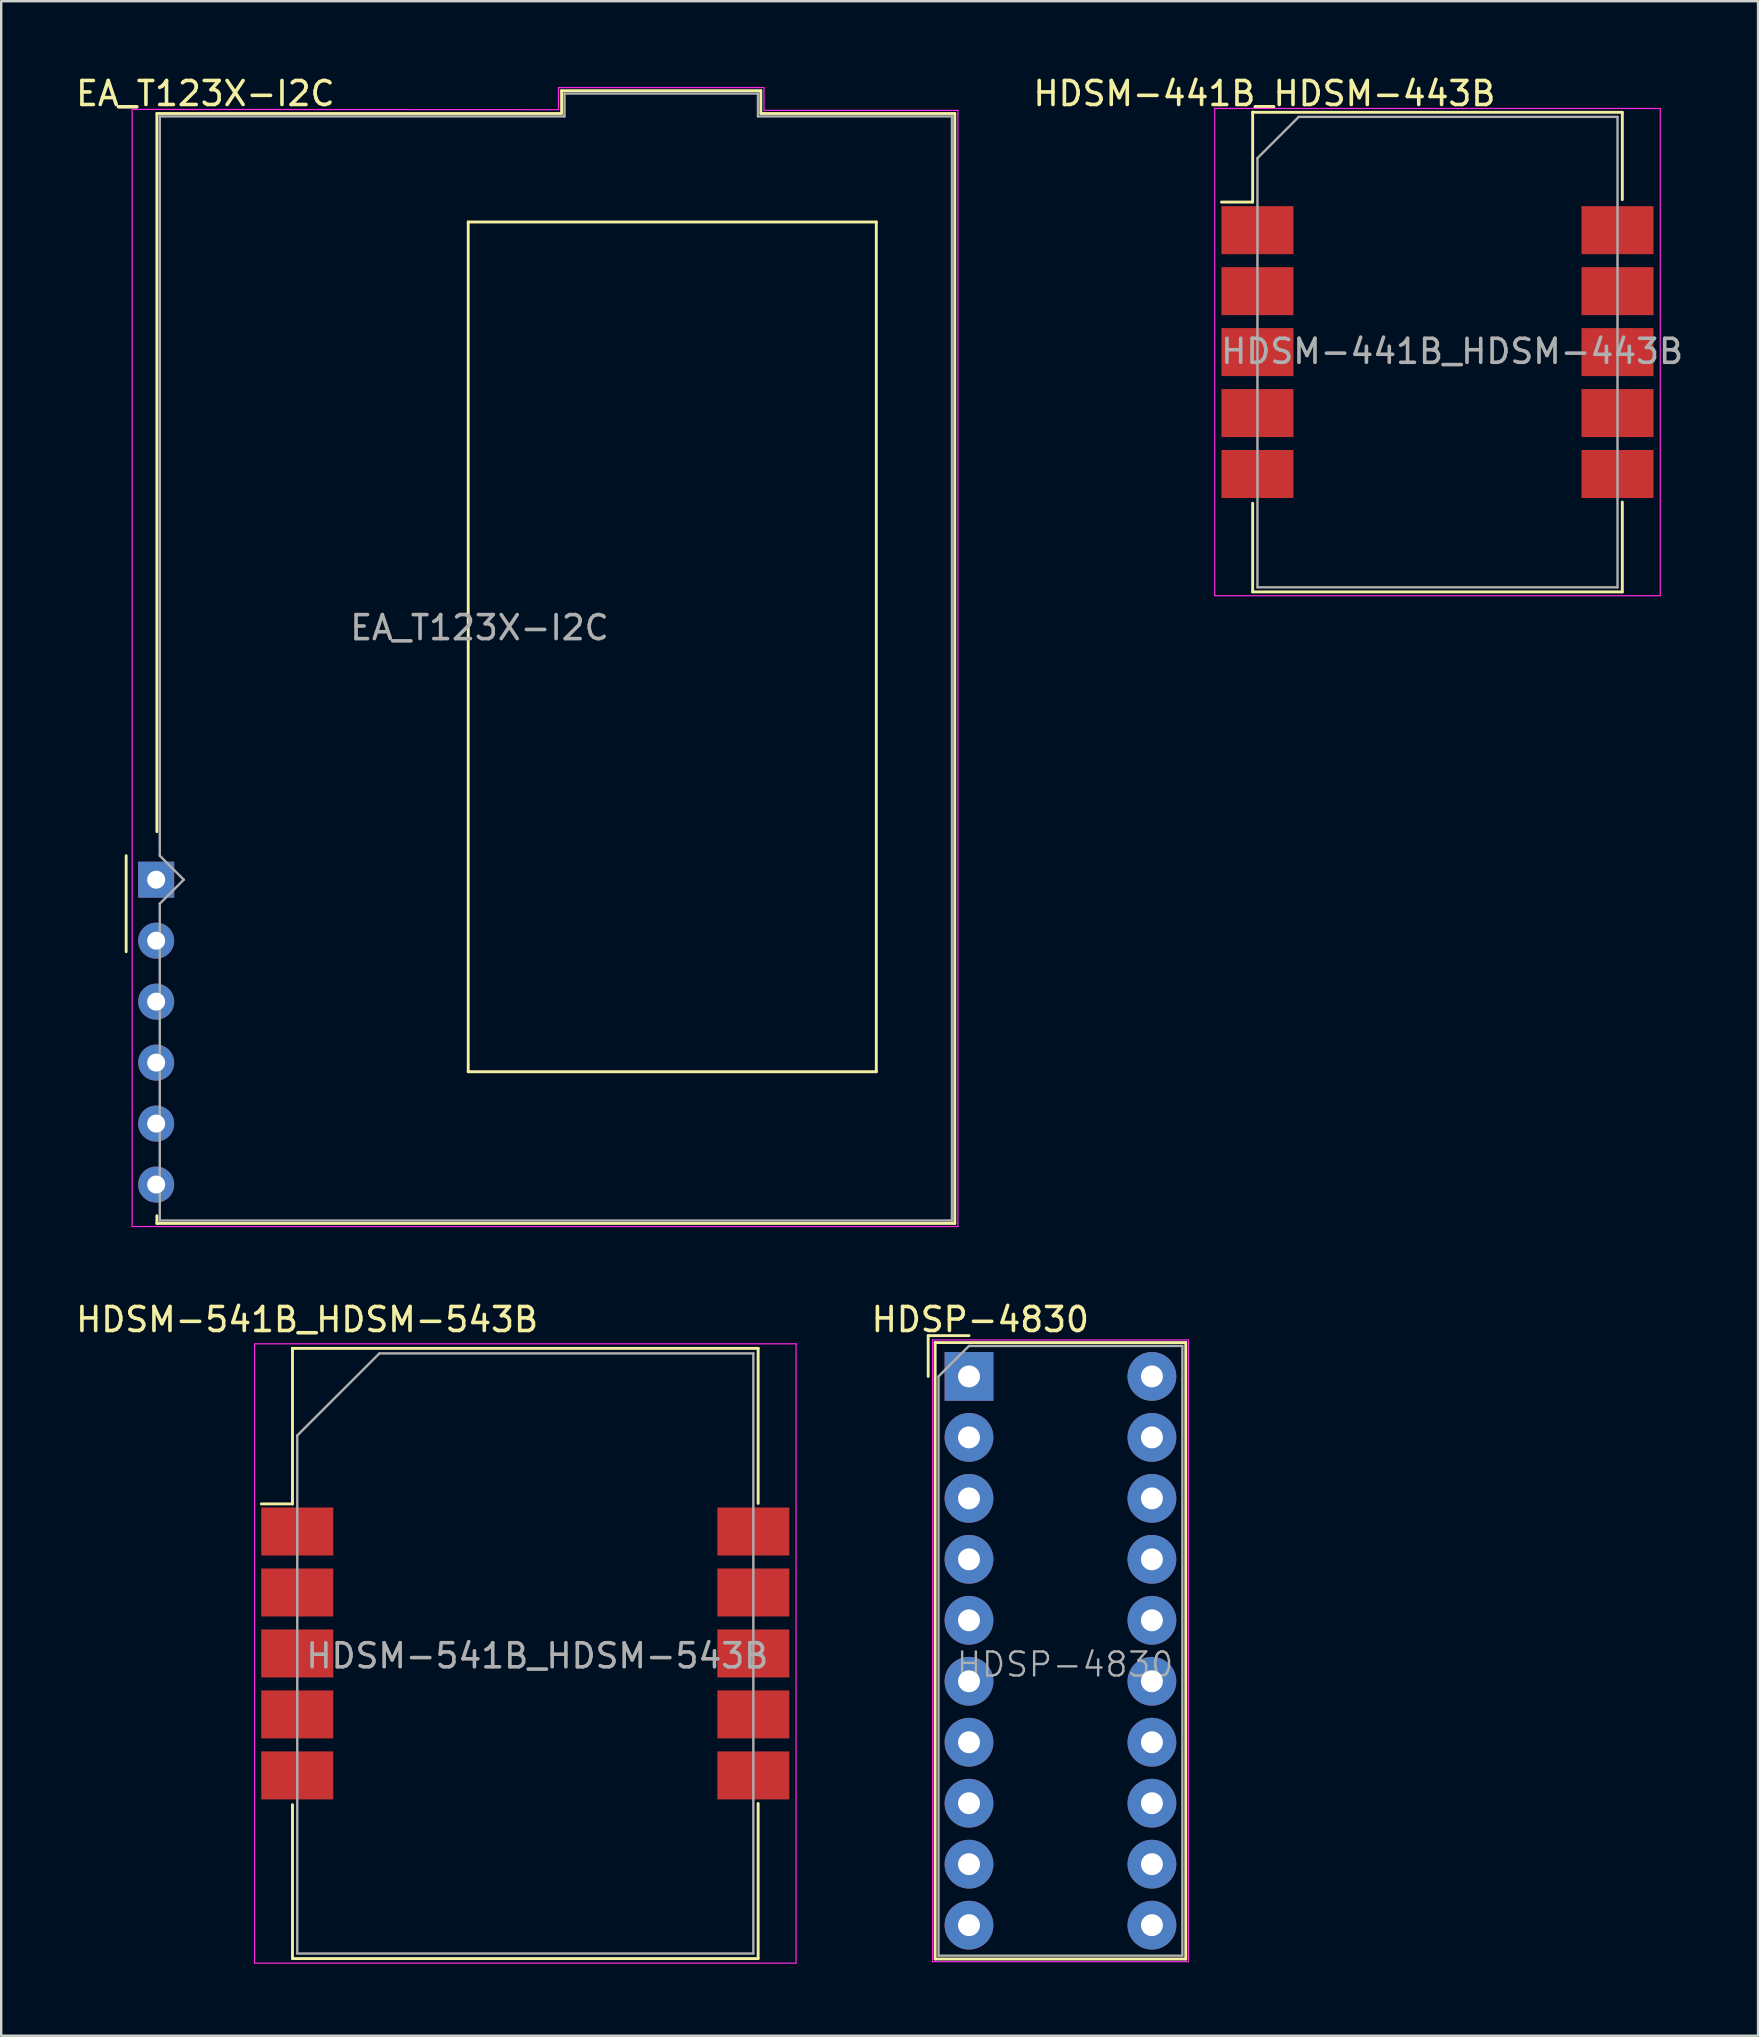
<source format=kicad_pcb>
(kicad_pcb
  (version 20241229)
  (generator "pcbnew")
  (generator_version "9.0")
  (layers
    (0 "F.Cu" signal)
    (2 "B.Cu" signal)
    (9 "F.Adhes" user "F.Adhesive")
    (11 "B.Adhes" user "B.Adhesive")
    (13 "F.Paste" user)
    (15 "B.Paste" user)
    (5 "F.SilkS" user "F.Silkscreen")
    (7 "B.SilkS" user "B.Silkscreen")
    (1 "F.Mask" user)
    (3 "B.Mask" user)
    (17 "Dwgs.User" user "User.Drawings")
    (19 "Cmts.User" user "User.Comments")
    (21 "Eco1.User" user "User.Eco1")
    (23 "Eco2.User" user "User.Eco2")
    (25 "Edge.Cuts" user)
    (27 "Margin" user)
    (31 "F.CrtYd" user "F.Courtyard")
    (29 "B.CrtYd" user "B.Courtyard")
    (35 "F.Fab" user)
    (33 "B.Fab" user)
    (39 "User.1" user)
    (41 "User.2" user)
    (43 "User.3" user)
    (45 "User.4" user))
  (footprint "HDSM-441B_HDSM-443B"
    (layer "F.Cu")
    (at 56.835 11.618)
    (property "Reference" "HDSM-441B_HDSM-443B" (at -7.21 -10.77 0) (layer "F.SilkS") (effects (font (size 1 1) (thickness 0.15))))
    (attr smd)
    (fp_line (start -9 -6.25) (end -7.7 -6.25) (stroke (width 0.12) (type solid)) (layer "F.SilkS"))
    (fp_line (start -7.7 -9.99) (end 7.7 -9.99) (stroke (width 0.12) (type solid)) (layer "F.SilkS"))
    (fp_line (start -7.7 -6.25) (end -7.7 -10) (stroke (width 0.12) (type solid)) (layer "F.SilkS"))
    (fp_line (start -7.7 6.3) (end -7.7 9.99) (stroke (width 0.12) (type solid)) (layer "F.SilkS"))
    (fp_line (start 7.7 -9.99) (end 7.7 -6.35) (stroke (width 0.12) (type solid)) (layer "F.SilkS"))
    (fp_line (start 7.7 6.25) (end 7.7 9.99) (stroke (width 0.12) (type solid)) (layer "F.SilkS"))
    (fp_line (start 7.7 9.99) (end -7.7 9.99) (stroke (width 0.12) (type solid)) (layer "F.SilkS"))
    (fp_line (start -9.28 -10.15) (end 9.28 -10.15) (stroke (width 0.05) (type solid)) (layer "F.CrtYd"))
    (fp_line (start -9.28 10.15) (end -9.28 -10.15) (stroke (width 0.05) (type solid)) (layer "F.CrtYd"))
    (fp_line (start 9.28 -10.15) (end 9.28 10.15) (stroke (width 0.05) (type solid)) (layer "F.CrtYd"))
    (fp_line (start 9.28 10.15) (end -9.28 10.15) (stroke (width 0.05) (type solid)) (layer "F.CrtYd"))
    (fp_line (start -7.5 -8.08) (end -7.5 9.8) (stroke (width 0.1) (type solid)) (layer "F.Fab"))
    (fp_line (start -7.5 -8.08) (end -5.78 -9.8) (stroke (width 0.1) (type solid)) (layer "F.Fab"))
    (fp_line (start 7.5 -9.8) (end -5.78 -9.8) (stroke (width 0.1) (type solid)) (layer "F.Fab"))
    (fp_line (start 7.5 -9.8) (end 7.5 9.8) (stroke (width 0.1) (type solid)) (layer "F.Fab"))
    (fp_line (start 7.5 9.8) (end -7.5 9.8) (stroke (width 0.1) (type solid)) (layer "F.Fab"))
    (fp_text user "${REFERENCE}" (at 0.61 -0.03 0) (layer "F.Fab") (effects (font (size 1 1) (thickness 0.15))))
    (pad "1" smd rect (at -7.5 -5.08 270) (size 2 3) (layers "F.Cu" "F.Mask" "F.Paste"))
    (pad "2" smd rect (at -7.5 -2.54 270) (size 2 3) (layers "F.Cu" "F.Mask" "F.Paste"))
    (pad "3" smd rect (at -7.5 0 270) (size 2 3) (layers "F.Cu" "F.Mask" "F.Paste"))
    (pad "4" smd rect (at -7.5 2.54 270) (size 2 3) (layers "F.Cu" "F.Mask" "F.Paste"))
    (pad "5" smd rect (at -7.5 5.08 270) (size 2 3) (layers "F.Cu" "F.Mask" "F.Paste"))
    (pad "6" smd rect (at 7.5 5.08 270) (size 2 3) (layers "F.Cu" "F.Mask" "F.Paste"))
    (pad "7" smd rect (at 7.5 2.54 270) (size 2 3) (layers "F.Cu" "F.Mask" "F.Paste"))
    (pad "8" smd rect (at 7.5 0 270) (size 2 3) (layers "F.Cu" "F.Mask" "F.Paste"))
    (pad "9" smd rect (at 7.5 -2.54 270) (size 2 3) (layers "F.Cu" "F.Mask" "F.Paste"))
    (pad "10" smd rect (at 7.5 -5.08 270) (size 2 3) (layers "F.Cu" "F.Mask" "F.Paste")))
  (footprint "HDSM-541B_HDSM-543B"
    (layer "F.Cu")
    (at 18.834 65.832)
    (property "Reference" "HDSM-541B_HDSM-543B" (at -9.09 -13.91 0) (layer "F.SilkS") (effects (font (size 1 1) (thickness 0.15))))
    (attr smd)
    (fp_line (start -11 -6.23) (end -9.7 -6.23) (stroke (width 0.12) (type solid)) (layer "F.SilkS"))
    (fp_line (start -9.7 -12.71) (end 9.7 -12.71) (stroke (width 0.12) (type solid)) (layer "F.SilkS"))
    (fp_line (start -9.7 -6.23) (end -9.7 -12.71) (stroke (width 0.12) (type solid)) (layer "F.SilkS"))
    (fp_line (start -9.7 6.3) (end -9.7 12.71) (stroke (width 0.12) (type solid)) (layer "F.SilkS"))
    (fp_line (start -9.7 12.71) (end 9.7 12.71) (stroke (width 0.12) (type solid)) (layer "F.SilkS"))
    (fp_line (start 9.7 -6.25) (end 9.7 -12.71) (stroke (width 0.12) (type solid)) (layer "F.SilkS"))
    (fp_line (start 9.7 6.25) (end 9.7 12.71) (stroke (width 0.12) (type solid)) (layer "F.SilkS"))
    (fp_line (start -11.28 -12.9) (end 11.28 -12.9) (stroke (width 0.05) (type solid)) (layer "F.CrtYd"))
    (fp_line (start -11.28 12.9) (end -11.28 -12.9) (stroke (width 0.05) (type solid)) (layer "F.CrtYd"))
    (fp_line (start 11.28 -12.9) (end 11.28 12.9) (stroke (width 0.05) (type solid)) (layer "F.CrtYd"))
    (fp_line (start 11.28 12.9) (end -11.28 12.9) (stroke (width 0.05) (type solid)) (layer "F.CrtYd"))
    (fp_line (start -9.5 -9.08) (end -6.08 -12.5) (stroke (width 0.1) (type solid)) (layer "F.Fab"))
    (fp_line (start -9.5 12.5) (end -9.5 -9.08) (stroke (width 0.1) (type solid)) (layer "F.Fab"))
    (fp_line (start -6.08 -12.5) (end 9.5 -12.5) (stroke (width 0.1) (type solid)) (layer "F.Fab"))
    (fp_line (start 9.5 -12.5) (end 9.5 12.5) (stroke (width 0.1) (type solid)) (layer "F.Fab"))
    (fp_line (start 9.5 12.5) (end -9.5 12.5) (stroke (width 0.1) (type solid)) (layer "F.Fab"))
    (fp_text user "${REFERENCE}" (at 0.5 0.1 0) (layer "F.Fab") (effects (font (size 1 1) (thickness 0.15))))
    (pad "1" smd rect (at -9.5 -5.08) (size 3 2) (layers "F.Cu" "F.Mask" "F.Paste"))
    (pad "2" smd rect (at -9.5 -2.54) (size 3 2) (layers "F.Cu" "F.Mask" "F.Paste"))
    (pad "3" smd rect (at -9.5 0) (size 3 2) (layers "F.Cu" "F.Mask" "F.Paste"))
    (pad "4" smd rect (at -9.5 2.54) (size 3 2) (layers "F.Cu" "F.Mask" "F.Paste"))
    (pad "5" smd rect (at -9.5 5.08) (size 3 2) (layers "F.Cu" "F.Mask" "F.Paste"))
    (pad "6" smd rect (at 9.5 5.08) (size 3 2) (layers "F.Cu" "F.Mask" "F.Paste"))
    (pad "7" smd rect (at 9.5 2.54) (size 3 2) (layers "F.Cu" "F.Mask" "F.Paste"))
    (pad "8" smd rect (at 9.5 0) (size 3 2) (layers "F.Cu" "F.Mask" "F.Paste"))
    (pad "9" smd rect (at 9.5 -2.54) (size 3 2) (layers "F.Cu" "F.Mask" "F.Paste"))
    (pad "10" smd rect (at 9.5 -5.08) (size 3 2) (layers "F.Cu" "F.Mask" "F.Paste")))
  (footprint "EA_T123X-I2C"
    (layer "F.Cu")
    (at 3.456 33.598)
    (property "Reference" "EA_T123X-I2C" (at 2.05 -32.75 0) (layer "F.SilkS") (effects (font (size 1 1) (thickness 0.15))))
    (attr through_hole)
    (fp_line (start -1.25 -1) (end -1.25 3) (stroke (width 0.12) (type solid)) (layer "F.SilkS"))
    (fp_line (start 0.03 -31.92) (end 0.03 -2) (stroke (width 0.12) (type solid)) (layer "F.SilkS"))
    (fp_line (start 0.03 -31.92) (end 16.89 -31.92) (stroke (width 0.12) (type solid)) (layer "F.SilkS"))
    (fp_line (start 0.03 14.32) (end 0.03 14) (stroke (width 0.12) (type solid)) (layer "F.SilkS"))
    (fp_line (start 13 -27.4) (end 30 -27.4) (stroke (width 0.12) (type solid)) (layer "F.SilkS"))
    (fp_line (start 13 8) (end 13 -27.4) (stroke (width 0.12) (type solid)) (layer "F.SilkS"))
    (fp_line (start 13 8) (end 30 8) (stroke (width 0.12) (type solid)) (layer "F.SilkS"))
    (fp_line (start 16.89 -32.87) (end 16.89 -31.94) (stroke (width 0.12) (type solid)) (layer "F.SilkS"))
    (fp_line (start 25.19 -32.87) (end 16.89 -32.87) (stroke (width 0.12) (type solid)) (layer "F.SilkS"))
    (fp_line (start 25.19 -31.93) (end 25.19 -32.87) (stroke (width 0.12) (type solid)) (layer "F.SilkS"))
    (fp_line (start 25.19 -31.92) (end 33.27 -31.92) (stroke (width 0.12) (type solid)) (layer "F.SilkS"))
    (fp_line (start 30 -27.4) (end 30 8) (stroke (width 0.12) (type solid)) (layer "F.SilkS"))
    (fp_line (start 33.27 -31.92) (end 33.27 14.32) (stroke (width 0.12) (type solid)) (layer "F.SilkS"))
    (fp_line (start 33.27 14.32) (end 0.03 14.32) (stroke (width 0.12) (type solid)) (layer "F.SilkS"))
    (fp_line (start -1 14.45) (end -1 -32.05) (stroke (width 0.05) (type solid)) (layer "F.CrtYd"))
    (fp_line (start 16.76 -33) (end 16.76 -32.08) (stroke (width 0.05) (type solid)) (layer "F.CrtYd"))
    (fp_line (start 16.76 -32.08) (end -1 -32.09) (stroke (width 0.05) (type solid)) (layer "F.CrtYd"))
    (fp_line (start 25.31 -33) (end 16.76 -33) (stroke (width 0.05) (type solid)) (layer "F.CrtYd"))
    (fp_line (start 25.32 -32.06) (end 25.32 -33) (stroke (width 0.05) (type solid)) (layer "F.CrtYd"))
    (fp_line (start 25.32 -32.05) (end 33.4 -32.05) (stroke (width 0.05) (type solid)) (layer "F.CrtYd"))
    (fp_line (start 33.4 -32.05) (end 33.4 14.45) (stroke (width 0.05) (type solid)) (layer "F.CrtYd"))
    (fp_line (start 33.4 14.45) (end -1 14.45) (stroke (width 0.05) (type solid)) (layer "F.CrtYd"))
    (fp_line (start 0.15 -31.8) (end 17.01 -31.8) (stroke (width 0.1) (type solid)) (layer "F.Fab"))
    (fp_line (start 0.15 -1) (end 0.15 -31.8) (stroke (width 0.1) (type solid)) (layer "F.Fab"))
    (fp_line (start 0.15 -1) (end 1.15 0) (stroke (width 0.1) (type solid)) (layer "F.Fab"))
    (fp_line (start 0.15 1) (end 0.15 14.2) (stroke (width 0.1) (type solid)) (layer "F.Fab"))
    (fp_line (start 0.15 14.2) (end 33.15 14.2) (stroke (width 0.1) (type solid)) (layer "F.Fab"))
    (fp_line (start 1.15 0) (end 0.15 1) (stroke (width 0.1) (type solid)) (layer "F.Fab"))
    (fp_line (start 17.01 -32.75) (end 17.01 -31.8) (stroke (width 0.1) (type solid)) (layer "F.Fab"))
    (fp_line (start 25.07 -32.75) (end 17.01 -32.75) (stroke (width 0.1) (type solid)) (layer "F.Fab"))
    (fp_line (start 25.07 -31.8) (end 25.07 -32.75) (stroke (width 0.1) (type solid)) (layer "F.Fab"))
    (fp_line (start 25.07 -31.8) (end 33.15 -31.8) (stroke (width 0.1) (type solid)) (layer "F.Fab"))
    (fp_line (start 33.15 -31.8) (end 33.15 14.2) (stroke (width 0.1) (type solid)) (layer "F.Fab"))
    (fp_text user "${REFERENCE}" (at 13.47 -10.5 0) (layer "F.Fab") (effects (font (size 1 1) (thickness 0.15))))
    (pad "1" thru_hole rect (at 0 0) (size 1.5 1.5) (drill 0.75) (layers "*.Cu" "*.Mask"))
    (pad "2" thru_hole circle (at 0 2.54) (size 1.5 1.5) (drill 0.75) (layers "*.Cu" "*.Mask"))
    (pad "3" thru_hole circle (at 0 5.08) (size 1.5 1.5) (drill 0.75) (layers "*.Cu" "*.Mask"))
    (pad "4" thru_hole circle (at 0 7.62) (size 1.5 1.5) (drill 0.75) (layers "*.Cu" "*.Mask"))
    (pad "5" thru_hole circle (at 0 10.16) (size 1.5 1.5) (drill 0.75) (layers "*.Cu" "*.Mask"))
    (pad "6" thru_hole circle (at 0 12.7) (size 1.5 1.5) (drill 0.75) (layers "*.Cu" "*.Mask")))
  (footprint "HDSP-4830"
    (layer "F.Cu")
    (at 37.318 54.291)
    (property "Reference" "HDSP-4830" (at 0.47 -2.37 0) (layer "F.SilkS") (effects (font (size 1 1) (thickness 0.15))))
    (attr through_hole)
    (fp_line (start -1.7 -1.7) (end -1.7 0) (stroke (width 0.12) (type solid)) (layer "F.SilkS"))
    (fp_line (start -1.41 -1.41) (end 9.03 -1.41) (stroke (width 0.12) (type solid)) (layer "F.SilkS"))
    (fp_line (start -1.41 24.27) (end -1.41 -1.41) (stroke (width 0.12) (type solid)) (layer "F.SilkS"))
    (fp_line (start 0 -1.7) (end -1.7 -1.7) (stroke (width 0.12) (type solid)) (layer "F.SilkS"))
    (fp_line (start 9.03 -1.41) (end 9.03 24.27) (stroke (width 0.12) (type solid)) (layer "F.SilkS"))
    (fp_line (start 9.03 24.27) (end -1.41 24.27) (stroke (width 0.12) (type solid)) (layer "F.SilkS"))
    (fp_line (start -1.52 -1.52) (end -1.52 24.38) (stroke (width 0.05) (type solid)) (layer "F.CrtYd"))
    (fp_line (start -1.52 -1.52) (end 9.14 -1.52) (stroke (width 0.05) (type solid)) (layer "F.CrtYd"))
    (fp_line (start -1.52 24.38) (end 9.14 24.38) (stroke (width 0.05) (type solid)) (layer "F.CrtYd"))
    (fp_line (start 9.14 24.38) (end 9.14 -1.52) (stroke (width 0.05) (type solid)) (layer "F.CrtYd"))
    (fp_line (start -1.27 0) (end -1.27 24.13) (stroke (width 0.1) (type solid)) (layer "F.Fab"))
    (fp_line (start -1.27 24.13) (end 8.89 24.13) (stroke (width 0.1) (type solid)) (layer "F.Fab"))
    (fp_line (start 0 -1.27) (end -1.27 0) (stroke (width 0.1) (type solid)) (layer "F.Fab"))
    (fp_line (start 0 -1.27) (end 8.89 -1.27) (stroke (width 0.1) (type solid)) (layer "F.Fab"))
    (fp_line (start 8.89 -1.27) (end 8.89 24.13) (stroke (width 0.1) (type solid)) (layer "F.Fab"))
    (fp_text user "${REFERENCE}" (at 4 12 0) (layer "F.Fab") (effects (font (size 1 1) (thickness 0.1))))
    (pad "1" thru_hole rect (at 0 0 270) (size 2.032 2.032) (drill 0.914) (layers "*.Cu" "*.Mask"))
    (pad "2" thru_hole circle (at 0 2.54 270) (size 2.032 2.032) (drill 0.914) (layers "*.Cu" "*.Mask"))
    (pad "3" thru_hole circle (at 0 5.08 270) (size 2.032 2.032) (drill 0.914) (layers "*.Cu" "*.Mask"))
    (pad "4" thru_hole circle (at 0 7.62 270) (size 2.032 2.032) (drill 0.914) (layers "*.Cu" "*.Mask"))
    (pad "5" thru_hole circle (at 0 10.16 270) (size 2.032 2.032) (drill 0.914) (layers "*.Cu" "*.Mask"))
    (pad "6" thru_hole circle (at 0 12.7 270) (size 2.032 2.032) (drill 0.914) (layers "*.Cu" "*.Mask"))
    (pad "7" thru_hole circle (at 0 15.24 270) (size 2.032 2.032) (drill 0.914) (layers "*.Cu" "*.Mask"))
    (pad "8" thru_hole circle (at 0 17.78 270) (size 2.032 2.032) (drill 0.914) (layers "*.Cu" "*.Mask"))
    (pad "9" thru_hole circle (at 0 20.32 270) (size 2.032 2.032) (drill 0.914) (layers "*.Cu" "*.Mask"))
    (pad "10" thru_hole circle (at 0 22.86 270) (size 2.032 2.032) (drill 0.914) (layers "*.Cu" "*.Mask"))
    (pad "11" thru_hole circle (at 7.62 22.86 270) (size 2.032 2.032) (drill 0.914) (layers "*.Cu" "*.Mask"))
    (pad "12" thru_hole circle (at 7.62 20.32 270) (size 2.032 2.032) (drill 0.914) (layers "*.Cu" "*.Mask"))
    (pad "13" thru_hole circle (at 7.62 17.78 270) (size 2.032 2.032) (drill 0.914) (layers "*.Cu" "*.Mask"))
    (pad "14" thru_hole circle (at 7.62 15.24 270) (size 2.032 2.032) (drill 0.914) (layers "*.Cu" "*.Mask"))
    (pad "15" thru_hole circle (at 7.62 12.7 270) (size 2.032 2.032) (drill 0.914) (layers "*.Cu" "*.Mask"))
    (pad "16" thru_hole circle (at 7.62 10.16 270) (size 2.032 2.032) (drill 0.914) (layers "*.Cu" "*.Mask"))
    (pad "17" thru_hole circle (at 7.62 7.62 270) (size 2.032 2.032) (drill 0.914) (layers "*.Cu" "*.Mask"))
    (pad "18" thru_hole circle (at 7.62 5.08 270) (size 2.032 2.032) (drill 0.914) (layers "*.Cu" "*.Mask"))
    (pad "19" thru_hole circle (at 7.62 2.54 270) (size 2.032 2.032) (drill 0.914) (layers "*.Cu" "*.Mask"))
    (pad "20" thru_hole circle (at 7.62 0 270) (size 2.032 2.032) (drill 0.914) (layers "*.Cu" "*.Mask")))
  (gr_rect
    (start -3 -3)
    (end 70.189 81.757)
    (stroke (width 0.1) (type default))
    (fill no)
    (layer "Edge.Cuts")))
</source>
